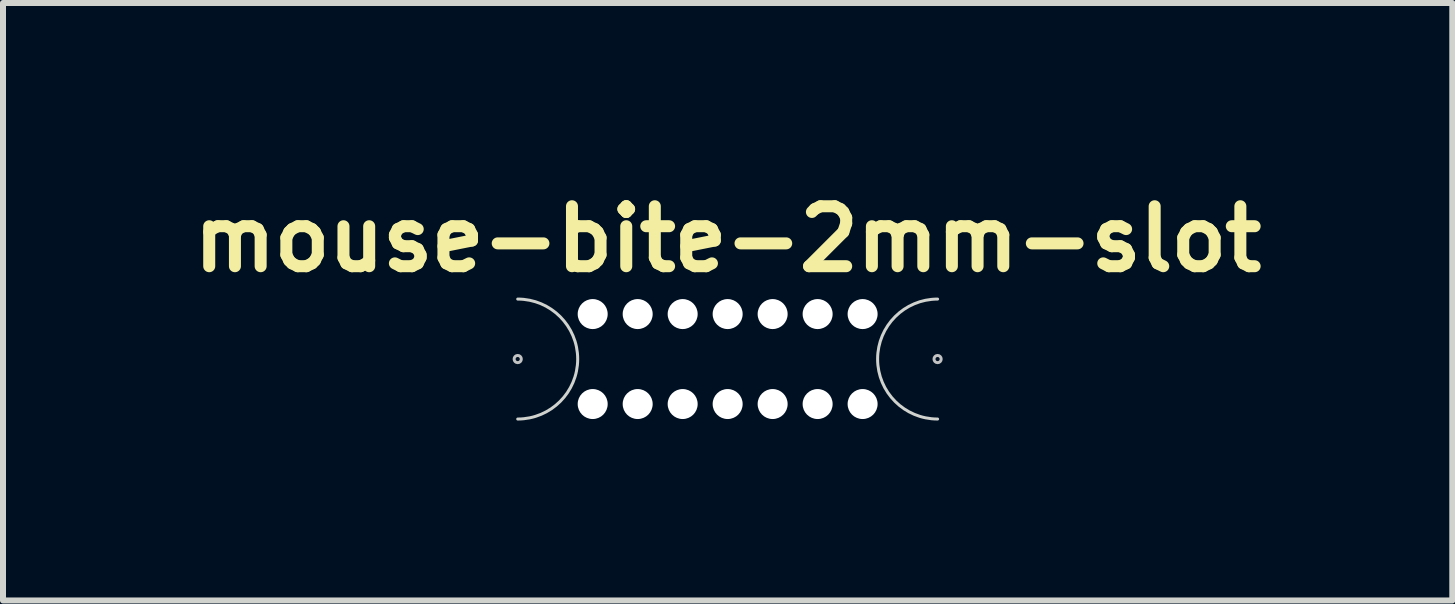
<source format=kicad_pcb>
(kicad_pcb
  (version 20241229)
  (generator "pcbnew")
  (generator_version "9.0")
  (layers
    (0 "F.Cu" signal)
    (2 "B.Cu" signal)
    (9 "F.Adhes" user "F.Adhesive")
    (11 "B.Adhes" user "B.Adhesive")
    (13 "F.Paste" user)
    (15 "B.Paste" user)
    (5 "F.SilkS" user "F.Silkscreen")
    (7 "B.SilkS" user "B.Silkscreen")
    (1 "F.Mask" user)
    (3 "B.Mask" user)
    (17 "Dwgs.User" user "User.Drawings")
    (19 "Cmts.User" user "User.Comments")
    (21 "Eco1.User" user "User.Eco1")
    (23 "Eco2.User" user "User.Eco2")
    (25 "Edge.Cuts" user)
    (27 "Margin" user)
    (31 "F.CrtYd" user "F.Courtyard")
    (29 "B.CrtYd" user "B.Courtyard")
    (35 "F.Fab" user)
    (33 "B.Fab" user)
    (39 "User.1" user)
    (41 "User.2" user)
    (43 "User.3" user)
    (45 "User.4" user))
  (footprint "mouse-bite-2mm-slot"
    (layer "F.Cu")
    (at 9.081 2.936)
    (property "Reference" "mouse-bite-2mm-slot" (at 0 -2 0) (layer "F.SilkS") (effects (font (size 1 1) (thickness 0.2))))
    (attr through_hole)
    (fp_circle (center -3.5 0) (end -3.5 -0.06) (stroke (width 0.05) (type solid)) (fill no) (layer "Dwgs.User"))
    (fp_circle (center 3.5 0) (end 3.56 0) (stroke (width 0.05) (type solid)) (fill no) (layer "Dwgs.User"))
    (fp_line (start -3.5 0) (end -3.5 0) (stroke (width 2) (type solid)) (layer "Eco1.User"))
    (fp_line (start 3.5 0) (end 3.5 0) (stroke (width 2) (type solid)) (layer "Eco1.User"))
    (fp_arc (start -3.5 -1) (mid -2.5 0) (end -3.5 1) (stroke (width 0.05) (type solid)) (layer "Edge.Cuts"))
    (fp_arc (start 3.5 1) (mid 2.5 0) (end 3.5 -1) (stroke (width 0.05) (type solid)) (layer "Edge.Cuts"))
    (pad "" np_thru_hole circle (at -2.25 -0.75) (size 0.5 0.5) (drill 0.5) (layers "*.Cu" "*.Mask"))
    (pad "" np_thru_hole circle (at -2.25 0.75) (size 0.5 0.5) (drill 0.5) (layers "*.Cu" "*.Mask"))
    (pad "" np_thru_hole circle (at -1.5 -0.75) (size 0.5 0.5) (drill 0.5) (layers "*.Cu" "*.Mask"))
    (pad "" np_thru_hole circle (at -1.5 0.75) (size 0.5 0.5) (drill 0.5) (layers "*.Cu" "*.Mask"))
    (pad "" np_thru_hole circle (at -0.75 -0.75) (size 0.5 0.5) (drill 0.5) (layers "*.Cu" "*.Mask"))
    (pad "" np_thru_hole circle (at -0.75 0.75) (size 0.5 0.5) (drill 0.5) (layers "*.Cu" "*.Mask"))
    (pad "" np_thru_hole circle (at 0 -0.75) (size 0.5 0.5) (drill 0.5) (layers "*.Cu" "*.Mask"))
    (pad "" np_thru_hole circle (at 0 0.75) (size 0.5 0.5) (drill 0.5) (layers "*.Cu" "*.Mask"))
    (pad "" np_thru_hole circle (at 0.75 -0.75) (size 0.5 0.5) (drill 0.5) (layers "*.Cu" "*.Mask"))
    (pad "" np_thru_hole circle (at 0.75 0.75) (size 0.5 0.5) (drill 0.5) (layers "*.Cu" "*.Mask"))
    (pad "" np_thru_hole circle (at 1.5 -0.75) (size 0.5 0.5) (drill 0.5) (layers "*.Cu" "*.Mask"))
    (pad "" np_thru_hole circle (at 1.5 0.75) (size 0.5 0.5) (drill 0.5) (layers "*.Cu" "*.Mask"))
    (pad "" np_thru_hole circle (at 2.25 -0.75) (size 0.5 0.5) (drill 0.5) (layers "*.Cu" "*.Mask"))
    (pad "" np_thru_hole circle (at 2.25 0.75) (size 0.5 0.5) (drill 0.5) (layers "*.Cu" "*.Mask")))
  (gr_rect
    (start -3 -3)
    (end 21.162 6.961)
    (stroke (width 0.1) (type default))
    (fill no)
    (layer "Edge.Cuts")))
</source>
